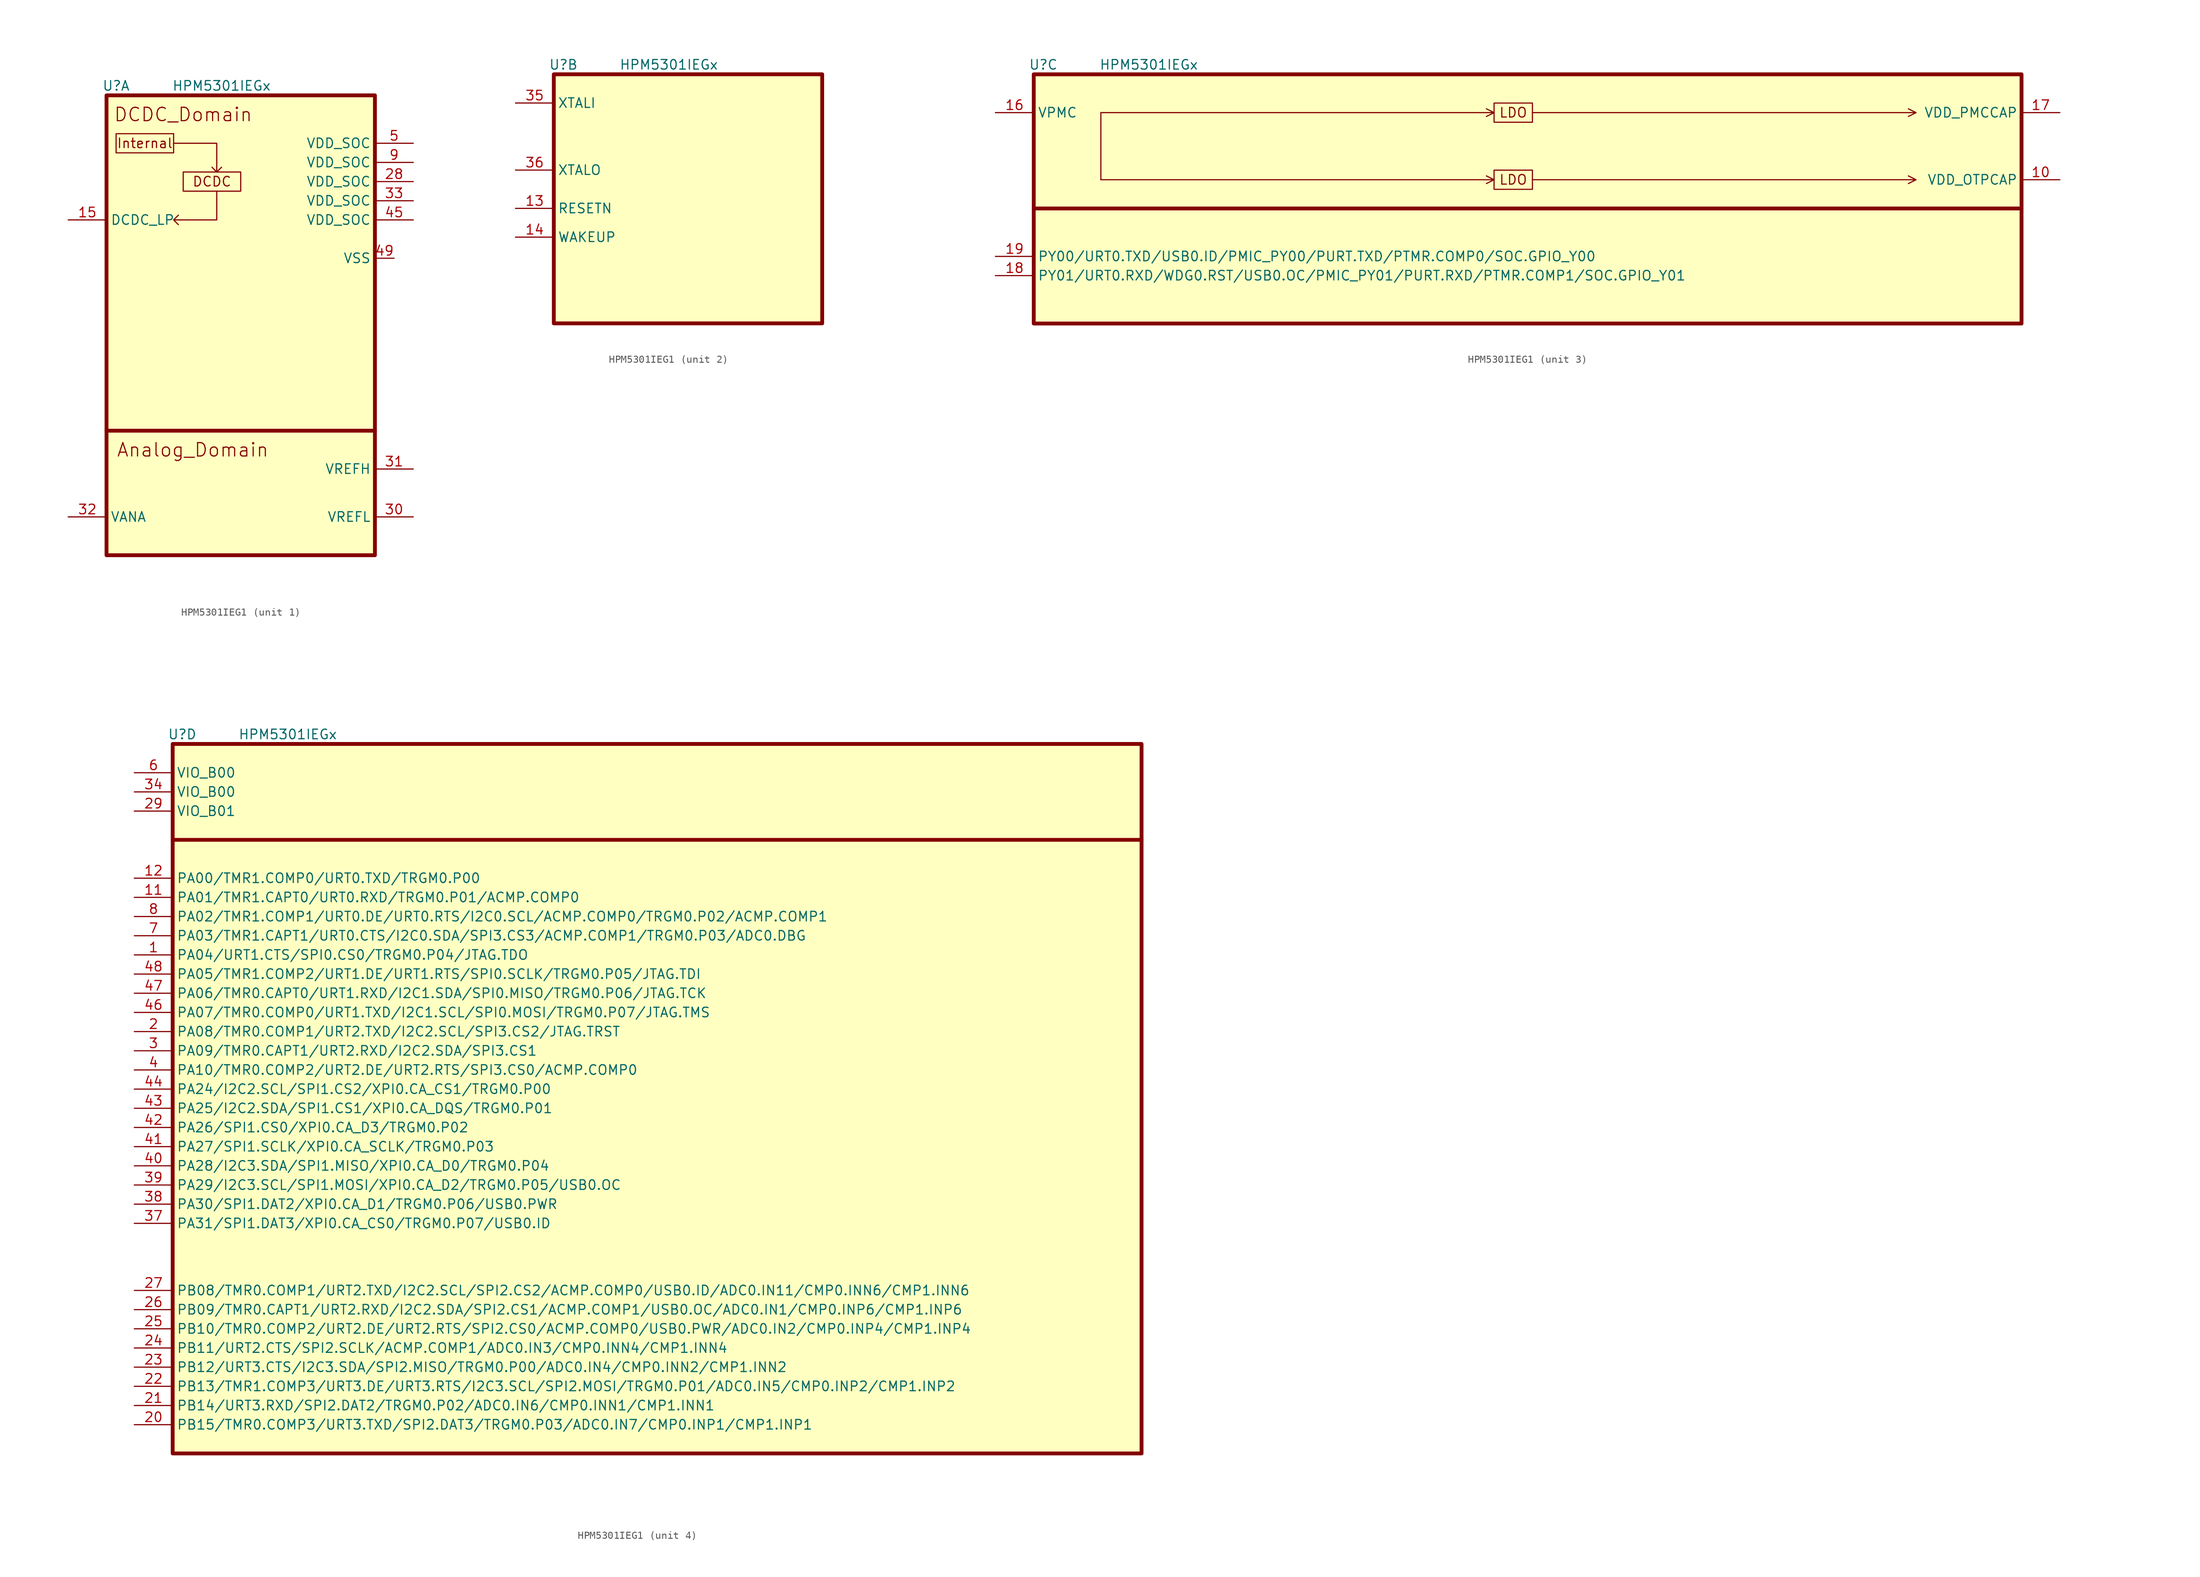
<source format=kicad_sym>
(kicad_symbol_lib
  (version 20220914)
  (generator kicad_symbol_editor)
  (symbol "HPM5301IEG1"
    (property "Reference" "U"
      (at 1.27 1.27 0)
      (effects (font (size 1.27 1.27))))
    (property "Value" "HPM5301IEGx"
      (at 15.24 1.27 0)
      (effects (font (size 1.27 1.27))))
    (property "ki_locked" ""
      (at 0 0 0)
      (effects (font (size 1.27 1.27))))
    (symbol "HPM5301IEG1_1_0"
      (pin power_in line (at 38.1 -21.59 180) (length 2.54) (name "VSS" (effects (font (size 1.27 1.27)))) (number "49" (effects (font (size 1.27 1.27))))))
    (symbol "HPM5301IEG1_1_1"
      (polyline (pts (xy 0 -44.45) (xy 35.56 -44.45)) (stroke (width 0.508) (type default)) (fill (type none)))
      (polyline (pts (xy 8.89 -6.35) (xy 14.605 -6.35) (xy 14.605 -10.16) (xy 13.97 -9.525) (xy 14.605 -10.16) (xy 15.24 -9.525)) (stroke (width 0) (type default)) (fill (type none)))
      (polyline (pts (xy 14.605 -12.7) (xy 14.605 -16.51) (xy 8.89 -16.51) (xy 9.525 -15.875) (xy 8.89 -16.51) (xy 9.525 -17.145)) (stroke (width 0) (type default)) (fill (type none)))
      (rectangle (start 0 0) (end 35.56 -60.96) (stroke (width 0.508) (type default)) (fill (type background)))
      (rectangle (start 1.27 -5.08) (end 8.89 -7.62) (stroke (width 0) (type default)) (fill (type none)))
      (rectangle (start 10.16 -10.16) (end 17.78 -12.7) (stroke (width 0) (type default)) (fill (type none)))
      (text "Analog_Domain" (at 11.43 -46.99 0) (effects (font (size 1.778 1.778))))
      (text "DCDC" (at 13.97 -11.43 0) (effects (font (size 1.27 1.27))))
      (text "DCDC_Domain" (at 10.16 -2.54 0) (effects (font (size 1.778 1.778))))
      (text "Internal" (at 5.08 -6.35 0) (effects (font (size 1.27 1.27))))
      (pin power_in line (at -5.08 -16.51 0) (length 5.08) (name "DCDC_LP" (effects (font (size 1.27 1.27)))) (number "15" (effects (font (size 1.27 1.27)))))
      (pin power_in line (at 40.64 -11.43 180) (length 5.08) (name "VDD_SOC" (effects (font (size 1.27 1.27)))) (number "28" (effects (font (size 1.27 1.27)))))
      (pin power_in line (at 40.64 -55.88 180) (length 5.08) (name "VREFL" (effects (font (size 1.27 1.27)))) (number "30" (effects (font (size 1.27 1.27)))))
      (pin power_in line (at 40.64 -49.53 180) (length 5.08) (name "VREFH" (effects (font (size 1.27 1.27)))) (number "31" (effects (font (size 1.27 1.27)))))
      (pin power_in line (at -5.08 -55.88 0) (length 5.08) (name "VANA" (effects (font (size 1.27 1.27)))) (number "32" (effects (font (size 1.27 1.27)))))
      (pin power_in line (at 40.64 -13.97 180) (length 5.08) (name "VDD_SOC" (effects (font (size 1.27 1.27)))) (number "33" (effects (font (size 1.27 1.27)))))
      (pin power_in line (at 40.64 -16.51 180) (length 5.08) (name "VDD_SOC" (effects (font (size 1.27 1.27)))) (number "45" (effects (font (size 1.27 1.27)))))
      (pin power_in line (at 40.64 -6.35 180) (length 5.08) (name "VDD_SOC" (effects (font (size 1.27 1.27)))) (number "5" (effects (font (size 1.27 1.27)))))
      (pin power_in line (at 40.64 -8.89 180) (length 5.08) (name "VDD_SOC" (effects (font (size 1.27 1.27)))) (number "9" (effects (font (size 1.27 1.27))))))
    (symbol "HPM5301IEG1_2_1"
      (rectangle (start 0 0) (end 35.56 -33.02) (stroke (width 0.508) (type default)) (fill (type background)))
      (pin input line (at -5.08 -17.78 0) (length 5.08) (name "RESETN" (effects (font (size 1.27 1.27)))) (number "13" (effects (font (size 1.27 1.27)))))
      (pin input line (at -5.08 -21.59 0) (length 5.08) (name "WAKEUP" (effects (font (size 1.27 1.27)))) (number "14" (effects (font (size 1.27 1.27)))))
      (pin input line (at -5.08 -3.81 0) (length 5.08) (name "XTALI" (effects (font (size 1.27 1.27)))) (number "35" (effects (font (size 1.27 1.27)))))
      (pin output line (at -5.08 -12.7 0) (length 5.08) (name "XTALO" (effects (font (size 1.27 1.27)))) (number "36" (effects (font (size 1.27 1.27))))))
    (symbol "HPM5301IEG1_3_0"
      (polyline (pts (xy 8.89 -13.97) (xy 60.96 -13.97) (xy 59.944 -13.462) (xy 60.96 -13.97) (xy 59.944 -14.478)) (stroke (width 0) (type default)) (fill (type none)))
      (polyline (pts (xy 8.89 -5.08) (xy 60.96 -5.08) (xy 59.944 -4.572) (xy 60.96 -5.08) (xy 59.944 -5.588)) (stroke (width 0) (type default)) (fill (type none)))
      (polyline (pts (xy 66.04 -13.97) (xy 116.84 -13.97) (xy 115.824 -13.462) (xy 116.84 -13.97) (xy 115.824 -14.478)) (stroke (width 0) (type default)) (fill (type none)))
      (polyline (pts (xy 66.04 -5.08) (xy 116.84 -5.08) (xy 115.824 -4.572) (xy 116.84 -5.08) (xy 115.824 -5.588)) (stroke (width 0) (type default)) (fill (type none))))
    (symbol "HPM5301IEG1_3_1"
      (polyline (pts (xy 0 -17.78) (xy 130.81 -17.78)) (stroke (width 0.508) (type default)) (fill (type none)))
      (polyline (pts (xy 8.89 -12.7) (xy 8.89 -5.08) (xy 8.89 -13.97)) (stroke (width 0) (type default)) (fill (type none)))
      (rectangle (start 0 0) (end 130.81 -33.02) (stroke (width 0.508) (type default)) (fill (type background)))
      (rectangle (start 60.96 -12.7) (end 66.04 -15.24) (stroke (width 0) (type default)) (fill (type none)))
      (rectangle (start 60.96 -3.81) (end 66.04 -6.35) (stroke (width 0) (type default)) (fill (type none)))
      (text "LDO" (at 63.5 -13.97 0) (effects (font (size 1.27 1.27))))
      (text "LDO" (at 63.5 -5.08 0) (effects (font (size 1.27 1.27))))
      (pin power_out line (at 135.89 -13.97 180) (length 5.08) (name "VDD_OTPCAP" (effects (font (size 1.27 1.27)))) (number "10" (effects (font (size 1.27 1.27)))))
      (pin power_in line (at -5.08 -5.08 0) (length 5.08) (name "VPMC" (effects (font (size 1.27 1.27)))) (number "16" (effects (font (size 1.27 1.27)))))
      (pin power_out line (at 135.89 -5.08 180) (length 5.08) (name "VDD_PMCCAP" (effects (font (size 1.27 1.27)))) (number "17" (effects (font (size 1.27 1.27)))))
      (pin bidirectional line (at -5.08 -26.67 0) (length 5.08) (name "PY01/URT0.RXD/WDG0.RST/USB0.OC/PMIC_PY01/PURT.RXD/PTMR.COMP1/SOC.GPIO_Y01" (effects (font (size 1.27 1.27)))) (number "18" (effects (font (size 1.27 1.27)))))
      (pin bidirectional line (at -5.08 -24.13 0) (length 5.08) (name "PY00/URT0.TXD/USB0.ID/PMIC_PY00/PURT.TXD/PTMR.COMP0/SOC.GPIO_Y00" (effects (font (size 1.27 1.27)))) (number "19" (effects (font (size 1.27 1.27))))))
    (symbol "HPM5301IEG1_4_1"
      (polyline (pts (xy 0 -12.7) (xy 128.27 -12.7)) (stroke (width 0.5) (type default)) (fill (type none)))
      (rectangle (start 0 0) (end 128.27 -93.98) (stroke (width 0.508) (type default)) (fill (type background)))
      (pin bidirectional line (at -5.08 -27.94 0) (length 5.08) (name "PA04/URT1.CTS/SPI0.CS0/TRGM0.P04/JTAG.TDO" (effects (font (size 1.27 1.27)))) (number "1" (effects (font (size 1.27 1.27)))))
      (pin bidirectional line (at -5.08 -20.32 0) (length 5.08) (name "PA01/TMR1.CAPT0/URT0.RXD/TRGM0.P01/ACMP.COMP0" (effects (font (size 1.27 1.27)))) (number "11" (effects (font (size 1.27 1.27)))))
      (pin bidirectional line (at -5.08 -17.78 0) (length 5.08) (name "PA00/TMR1.COMP0/URT0.TXD/TRGM0.P00" (effects (font (size 1.27 1.27)))) (number "12" (effects (font (size 1.27 1.27)))))
      (pin bidirectional line (at -5.08 -38.1 0) (length 5.08) (name "PA08/TMR0.COMP1/URT2.TXD/I2C2.SCL/SPI3.CS2/JTAG.TRST" (effects (font (size 1.27 1.27)))) (number "2" (effects (font (size 1.27 1.27)))))
      (pin bidirectional line (at -5.08 -90.17 0) (length 5.08) (name "PB15/TMR0.COMP3/URT3.TXD/SPI2.DAT3/TRGM0.P03/ADC0.IN7/CMP0.INP1/CMP1.INP1" (effects (font (size 1.27 1.27)))) (number "20" (effects (font (size 1.27 1.27)))))
      (pin bidirectional line (at -5.08 -87.63 0) (length 5.08) (name "PB14/URT3.RXD/SPI2.DAT2/TRGM0.P02/ADC0.IN6/CMP0.INN1/CMP1.INN1" (effects (font (size 1.27 1.27)))) (number "21" (effects (font (size 1.27 1.27)))))
      (pin bidirectional line (at -5.08 -85.09 0) (length 5.08) (name "PB13/TMR1.COMP3/URT3.DE/URT3.RTS/I2C3.SCL/SPI2.MOSI/TRGM0.P01/ADC0.IN5/CMP0.INP2/CMP1.INP2" (effects (font (size 1.27 1.27)))) (number "22" (effects (font (size 1.27 1.27)))))
      (pin bidirectional line (at -5.08 -82.55 0) (length 5.08) (name "PB12/URT3.CTS/I2C3.SDA/SPI2.MISO/TRGM0.P00/ADC0.IN4/CMP0.INN2/CMP1.INN2" (effects (font (size 1.27 1.27)))) (number "23" (effects (font (size 1.27 1.27)))))
      (pin bidirectional line (at -5.08 -80.01 0) (length 5.08) (name "PB11/URT2.CTS/SPI2.SCLK/ACMP.COMP1/ADC0.IN3/CMP0.INN4/CMP1.INN4" (effects (font (size 1.27 1.27)))) (number "24" (effects (font (size 1.27 1.27)))))
      (pin bidirectional line (at -5.08 -77.47 0) (length 5.08) (name "PB10/TMR0.COMP2/URT2.DE/URT2.RTS/SPI2.CS0/ACMP.COMP0/USB0.PWR/ADC0.IN2/CMP0.INP4/CMP1.INP4" (effects (font (size 1.27 1.27)))) (number "25" (effects (font (size 1.27 1.27)))))
      (pin bidirectional line (at -5.08 -74.93 0) (length 5.08) (name "PB09/TMR0.CAPT1/URT2.RXD/I2C2.SDA/SPI2.CS1/ACMP.COMP1/USB0.OC/ADC0.IN1/CMP0.INP6/CMP1.INP6" (effects (font (size 1.27 1.27)))) (number "26" (effects (font (size 1.27 1.27)))))
      (pin bidirectional line (at -5.08 -72.39 0) (length 5.08) (name "PB08/TMR0.COMP1/URT2.TXD/I2C2.SCL/SPI2.CS2/ACMP.COMP0/USB0.ID/ADC0.IN11/CMP0.INN6/CMP1.INN6" (effects (font (size 1.27 1.27)))) (number "27" (effects (font (size 1.27 1.27)))))
      (pin power_in line (at -5.08 -8.89 0) (length 5.08) (name "VIO_B01" (effects (font (size 1.27 1.27)))) (number "29" (effects (font (size 1.27 1.27)))))
      (pin bidirectional line (at -5.08 -40.64 0) (length 5.08) (name "PA09/TMR0.CAPT1/URT2.RXD/I2C2.SDA/SPI3.CS1" (effects (font (size 1.27 1.27)))) (number "3" (effects (font (size 1.27 1.27)))))
      (pin power_in line (at -5.08 -6.35 0) (length 5.08) (name "VIO_B00" (effects (font (size 1.27 1.27)))) (number "34" (effects (font (size 1.27 1.27)))))
      (pin bidirectional line (at -5.08 -63.5 0) (length 5.08) (name "PA31/SPI1.DAT3/XPI0.CA_CS0/TRGM0.P07/USB0.ID" (effects (font (size 1.27 1.27)))) (number "37" (effects (font (size 1.27 1.27)))))
      (pin bidirectional line (at -5.08 -60.96 0) (length 5.08) (name "PA30/SPI1.DAT2/XPI0.CA_D1/TRGM0.P06/USB0.PWR" (effects (font (size 1.27 1.27)))) (number "38" (effects (font (size 1.27 1.27)))))
      (pin bidirectional line (at -5.08 -58.42 0) (length 5.08) (name "PA29/I2C3.SCL/SPI1.MOSI/XPI0.CA_D2/TRGM0.P05/USB0.OC" (effects (font (size 1.27 1.27)))) (number "39" (effects (font (size 1.27 1.27)))))
      (pin bidirectional line (at -5.08 -43.18 0) (length 5.08) (name "PA10/TMR0.COMP2/URT2.DE/URT2.RTS/SPI3.CS0/ACMP.COMP0" (effects (font (size 1.27 1.27)))) (number "4" (effects (font (size 1.27 1.27)))))
      (pin bidirectional line (at -5.08 -55.88 0) (length 5.08) (name "PA28/I2C3.SDA/SPI1.MISO/XPI0.CA_D0/TRGM0.P04" (effects (font (size 1.27 1.27)))) (number "40" (effects (font (size 1.27 1.27)))))
      (pin bidirectional line (at -5.08 -53.34 0) (length 5.08) (name "PA27/SPI1.SCLK/XPI0.CA_SCLK/TRGM0.P03" (effects (font (size 1.27 1.27)))) (number "41" (effects (font (size 1.27 1.27)))))
      (pin bidirectional line (at -5.08 -50.8 0) (length 5.08) (name "PA26/SPI1.CS0/XPI0.CA_D3/TRGM0.P02" (effects (font (size 1.27 1.27)))) (number "42" (effects (font (size 1.27 1.27)))))
      (pin bidirectional line (at -5.08 -48.26 0) (length 5.08) (name "PA25/I2C2.SDA/SPI1.CS1/XPI0.CA_DQS/TRGM0.P01" (effects (font (size 1.27 1.27)))) (number "43" (effects (font (size 1.27 1.27)))))
      (pin bidirectional line (at -5.08 -45.72 0) (length 5.08) (name "PA24/I2C2.SCL/SPI1.CS2/XPI0.CA_CS1/TRGM0.P00" (effects (font (size 1.27 1.27)))) (number "44" (effects (font (size 1.27 1.27)))))
      (pin bidirectional line (at -5.08 -35.56 0) (length 5.08) (name "PA07/TMR0.COMP0/URT1.TXD/I2C1.SCL/SPI0.MOSI/TRGM0.P07/JTAG.TMS" (effects (font (size 1.27 1.27)))) (number "46" (effects (font (size 1.27 1.27)))))
      (pin bidirectional line (at -5.08 -33.02 0) (length 5.08) (name "PA06/TMR0.CAPT0/URT1.RXD/I2C1.SDA/SPI0.MISO/TRGM0.P06/JTAG.TCK" (effects (font (size 1.27 1.27)))) (number "47" (effects (font (size 1.27 1.27)))))
      (pin bidirectional line (at -5.08 -30.48 0) (length 5.08) (name "PA05/TMR1.COMP2/URT1.DE/URT1.RTS/SPI0.SCLK/TRGM0.P05/JTAG.TDI" (effects (font (size 1.27 1.27)))) (number "48" (effects (font (size 1.27 1.27)))))
      (pin power_in line (at -5.08 -3.81 0) (length 5.08) (name "VIO_B00" (effects (font (size 1.27 1.27)))) (number "6" (effects (font (size 1.27 1.27)))))
      (pin bidirectional line (at -5.08 -25.4 0) (length 5.08) (name "PA03/TMR1.CAPT1/URT0.CTS/I2C0.SDA/SPI3.CS3/ACMP.COMP1/TRGM0.P03/ADC0.DBG" (effects (font (size 1.27 1.27)))) (number "7" (effects (font (size 1.27 1.27)))))
      (pin bidirectional line (at -5.08 -22.86 0) (length 5.08) (name "PA02/TMR1.COMP1/URT0.DE/URT0.RTS/I2C0.SCL/ACMP.COMP0/TRGM0.P02/ACMP.COMP1" (effects (font (size 1.27 1.27)))) (number "8" (effects (font (size 1.27 1.27))))))))
</source>
